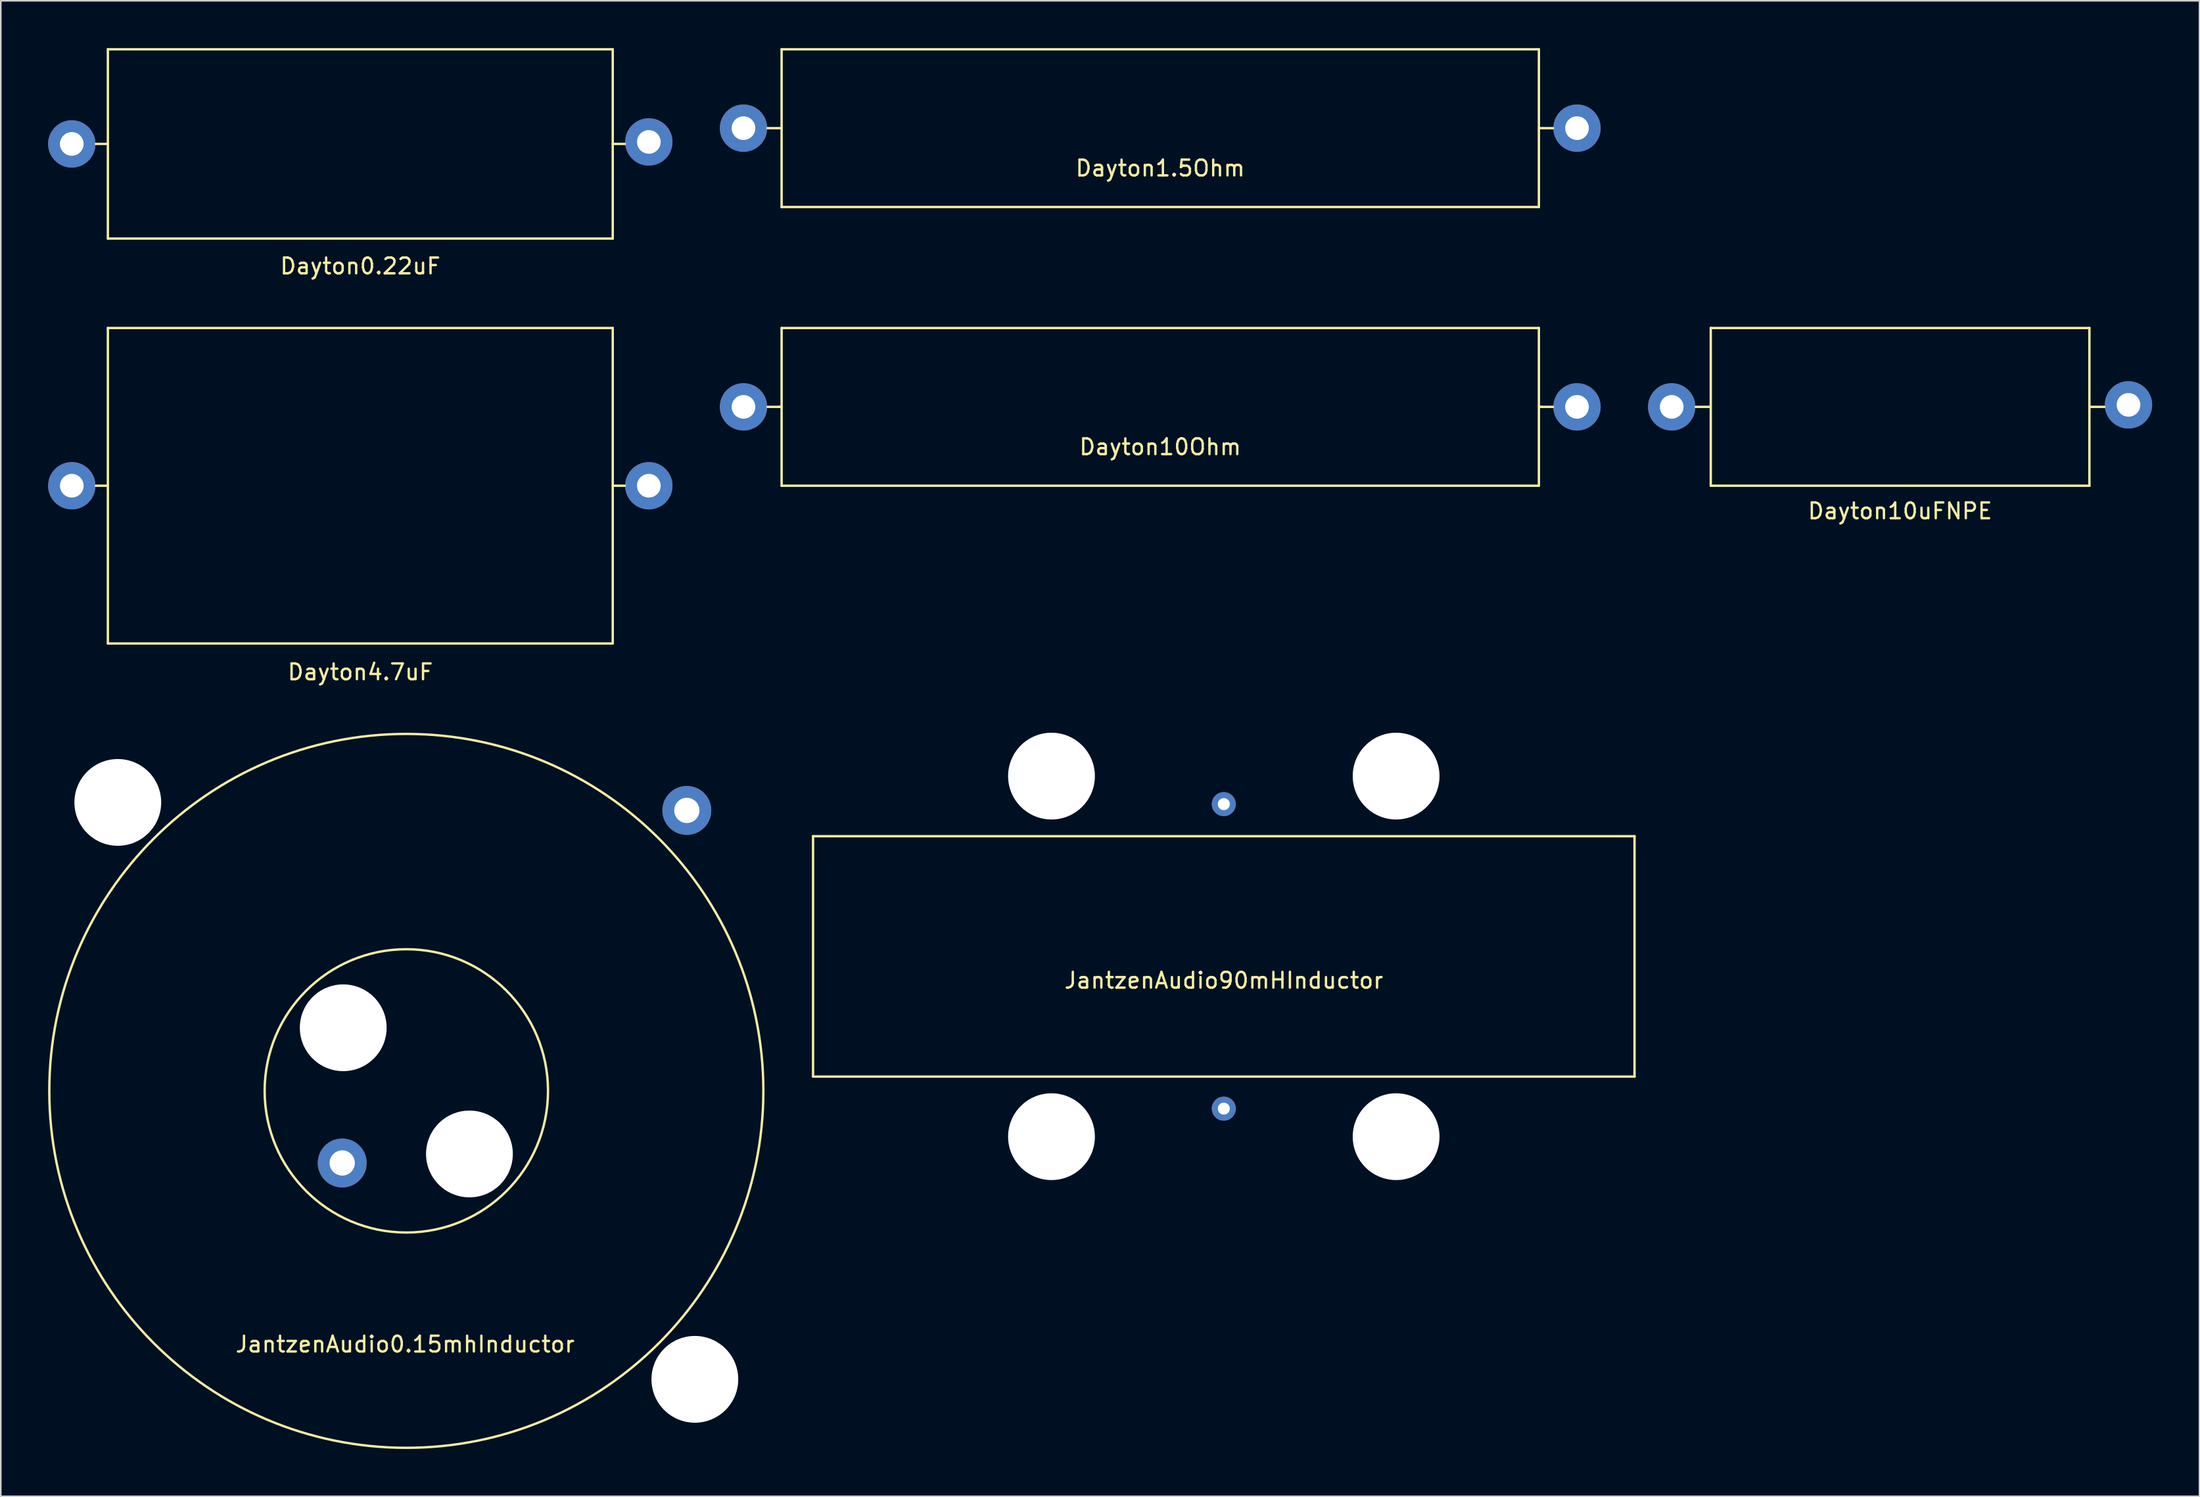
<source format=kicad_pcb>
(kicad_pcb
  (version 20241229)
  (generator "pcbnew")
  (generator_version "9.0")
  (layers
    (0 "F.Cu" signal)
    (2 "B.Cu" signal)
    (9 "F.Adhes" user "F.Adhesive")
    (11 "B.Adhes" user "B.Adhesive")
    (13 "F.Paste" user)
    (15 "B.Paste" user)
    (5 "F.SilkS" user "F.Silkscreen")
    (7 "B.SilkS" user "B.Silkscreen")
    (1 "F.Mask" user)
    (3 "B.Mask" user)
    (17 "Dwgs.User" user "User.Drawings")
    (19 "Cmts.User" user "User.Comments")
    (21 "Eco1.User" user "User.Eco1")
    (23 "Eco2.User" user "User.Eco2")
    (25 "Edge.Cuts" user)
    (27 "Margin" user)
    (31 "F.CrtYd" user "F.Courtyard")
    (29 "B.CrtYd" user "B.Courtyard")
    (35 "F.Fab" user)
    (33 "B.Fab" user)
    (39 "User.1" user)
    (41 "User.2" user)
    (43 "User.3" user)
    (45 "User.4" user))
  (footprint "Dayton10Ohm"
    (layer "F.Cu")
    (at 70.492 22.745)
    (property "Reference" "Dayton10Ohm" (at 0 2.54 0) (layer "F.SilkS") (effects (font (size 1 1) (thickness 0.15))))
    (attr through_hole)
    (fp_line (start -24.13 0) (end -24.892 0) (stroke (width 0.15) (type solid)) (layer "F.SilkS"))
    (fp_line (start -24.003 0) (end -24.13 0) (stroke (width 0.15) (type solid)) (layer "F.SilkS"))
    (fp_line (start -24 -5) (end 24 -5) (stroke (width 0.15) (type solid)) (layer "F.SilkS"))
    (fp_line (start -24 5) (end -24 -5) (stroke (width 0.15) (type solid)) (layer "F.SilkS"))
    (fp_line (start 24 -5) (end 24 5) (stroke (width 0.15) (type solid)) (layer "F.SilkS"))
    (fp_line (start 24 5) (end -24 5) (stroke (width 0.15) (type solid)) (layer "F.SilkS"))
    (fp_line (start 24.003 0) (end 24.13 0) (stroke (width 0.15) (type solid)) (layer "F.SilkS"))
    (fp_line (start 24.13 0) (end 24.892 0) (stroke (width 0.15) (type solid)) (layer "F.SilkS"))
    (pad "1" thru_hole circle (at -26.416 0) (size 3 3) (drill 1.5) (layers "*.Cu" "*.Mask"))
    (pad "2" thru_hole circle (at 26.416 0) (size 3 3) (drill 1.5) (layers "*.Cu" "*.Mask")))
  (footprint "JantzenAudio90mHInductor"
    (layer "F.Cu")
    (at 74.52 57.584)
    (property "Reference" "JantzenAudio90mHInductor" (at 0 1.524 0) (layer "F.SilkS") (effects (font (size 1 1) (thickness 0.15))))
    (attr through_hole)
    (fp_line (start -26.035 -7.62) (end 26.035 -7.62) (stroke (width 0.15) (type solid)) (layer "F.SilkS"))
    (fp_line (start -26.035 7.62) (end -26.035 -7.62) (stroke (width 0.15) (type solid)) (layer "F.SilkS"))
    (fp_line (start 26.035 -7.62) (end 26.035 7.62) (stroke (width 0.15) (type solid)) (layer "F.SilkS"))
    (fp_line (start 26.035 7.62) (end -26.035 7.62) (stroke (width 0.15) (type solid)) (layer "F.SilkS"))
    (pad "" np_thru_hole circle (at -10.922 -11.43) (size 5.5 5.5) (drill 5.5) (layers "*.Cu" "*.Mask"))
    (pad "" np_thru_hole circle (at -10.922 11.43) (size 5.5 5.5) (drill 5.5) (layers "*.Cu" "*.Mask"))
    (pad "" np_thru_hole circle (at 10.922 -11.43) (size 5.5 5.5) (drill 5.5) (layers "*.Cu" "*.Mask"))
    (pad "" np_thru_hole circle (at 10.922 11.43) (size 5.5 5.5) (drill 5.5) (layers "*.Cu" "*.Mask"))
    (pad "1" thru_hole circle (at 0 9.652) (size 1.524 1.524) (drill 0.762) (layers "*.Cu" "*.Mask"))
    (pad "2" thru_hole circle (at 0 -9.652) (size 1.524 1.524) (drill 0.762) (layers "*.Cu" "*.Mask")))
  (footprint "JantzenAudio0.15mhInductor"
    (layer "F.Cu")
    (at 22.705 66.11)
    (property "Reference" "JantzenAudio0.15mhInductor" (at -0.076 16.066 0) (layer "F.SilkS") (effects (font (size 1 1) (thickness 0.15))))
    (attr through_hole)
    (fp_circle (center 0 0) (end 6.35 6.35) (stroke (width 0.15) (type solid)) (fill no) (layer "F.SilkS"))
    (fp_circle (center 0 0) (end 16.002 16.002) (stroke (width 0.15) (type solid)) (fill no) (layer "F.SilkS"))
    (pad "" np_thru_hole circle (at -18.288 -18.288) (size 5.5 5.5) (drill 5.5) (layers "*.Cu" "*.Mask"))
    (pad "" np_thru_hole circle (at -4 -4) (size 5.5 5.5) (drill 5.5) (layers "*.Cu" "*.Mask"))
    (pad "" np_thru_hole circle (at 4 4) (size 5.5 5.5) (drill 5.5) (layers "*.Cu" "*.Mask"))
    (pad "" np_thru_hole circle (at 18.288 18.288) (size 5.5 5.5) (drill 5.5) (layers "*.Cu" "*.Mask"))
    (pad "1" thru_hole circle (at -4.064 4.572) (size 3.1 3.1) (drill 1.6) (layers "*.Cu" "*.Mask"))
    (pad "2" thru_hole circle (at 17.78 -17.78) (size 3.1 3.1) (drill 1.6) (layers "*.Cu" "*.Mask")))
  (footprint "Dayton4.7uF"
    (layer "F.Cu")
    (at 19.788 27.745)
    (property "Reference" "Dayton4.7uF" (at 0 11.811 0) (layer "F.SilkS") (effects (font (size 1 1) (thickness 0.15))))
    (attr through_hole)
    (fp_line (start -16.002 0) (end -16.764 0) (stroke (width 0.15) (type solid)) (layer "F.SilkS"))
    (fp_line (start -16 -10) (end 16 -10) (stroke (width 0.15) (type solid)) (layer "F.SilkS"))
    (fp_line (start -16 10) (end -16 -10) (stroke (width 0.15) (type solid)) (layer "F.SilkS"))
    (fp_line (start 16 -10) (end 16 10) (stroke (width 0.15) (type solid)) (layer "F.SilkS"))
    (fp_line (start 16 10) (end -16 10) (stroke (width 0.15) (type solid)) (layer "F.SilkS"))
    (fp_line (start 16.002 0) (end 16.764 0) (stroke (width 0.15) (type solid)) (layer "F.SilkS"))
    (pad "1" thru_hole circle (at -18.288 0) (size 3 3) (drill 1.5) (layers "*.Cu" "*.Mask"))
    (pad "2" thru_hole circle (at 18.288 0) (size 3 3) (drill 1.5) (layers "*.Cu" "*.Mask")))
  (footprint "Dayton0.22uF"
    (layer "F.Cu")
    (at 19.788 6.075)
    (property "Reference" "Dayton0.22uF" (at 0 7.747 0) (layer "F.SilkS") (effects (font (size 1 1) (thickness 0.15))))
    (attr through_hole)
    (fp_line (start -16.002 0) (end -16.764 0) (stroke (width 0.15) (type solid)) (layer "F.SilkS"))
    (fp_line (start -16 -6) (end 16 -6) (stroke (width 0.15) (type solid)) (layer "F.SilkS"))
    (fp_line (start -16 6) (end -16 -6) (stroke (width 0.15) (type solid)) (layer "F.SilkS"))
    (fp_line (start 16 -6) (end 16 6) (stroke (width 0.15) (type solid)) (layer "F.SilkS"))
    (fp_line (start 16 6) (end -16 6) (stroke (width 0.15) (type solid)) (layer "F.SilkS"))
    (fp_line (start 16.002 0) (end 16.764 0) (stroke (width 0.15) (type solid)) (layer "F.SilkS"))
    (pad "1" thru_hole circle (at -18.288 0) (size 3 3) (drill 1.5) (layers "*.Cu" "*.Mask"))
    (pad "2" thru_hole circle (at 18.288 -0.127) (size 3 3) (drill 1.5) (layers "*.Cu" "*.Mask")))
  (footprint "Dayton10uFNPE"
    (layer "F.Cu")
    (at 117.386 22.745)
    (property "Reference" "Dayton10uFNPE" (at 0 6.604 0) (layer "F.SilkS") (effects (font (size 1 1) (thickness 0.15))))
    (attr through_hole)
    (fp_line (start -12.065 0) (end -12.954 0) (stroke (width 0.15) (type solid)) (layer "F.SilkS"))
    (fp_line (start -12 -5) (end 12 -5) (stroke (width 0.15) (type solid)) (layer "F.SilkS"))
    (fp_line (start -12 5) (end -12 -5) (stroke (width 0.15) (type solid)) (layer "F.SilkS"))
    (fp_line (start 12 -5) (end 12 5) (stroke (width 0.15) (type solid)) (layer "F.SilkS"))
    (fp_line (start 12 5) (end -12 5) (stroke (width 0.15) (type solid)) (layer "F.SilkS"))
    (fp_line (start 12.065 0) (end 12.954 0) (stroke (width 0.15) (type solid)) (layer "F.SilkS"))
    (pad "1" thru_hole circle (at -14.478 0) (size 3 3) (drill 1.5) (layers "*.Cu" "*.Mask"))
    (pad "2" thru_hole circle (at 14.478 -0.127) (size 3 3) (drill 1.5) (layers "*.Cu" "*.Mask")))
  (footprint "Dayton1.5Ohm"
    (layer "F.Cu")
    (at 70.492 5.075)
    (property "Reference" "Dayton1.5Ohm" (at 0 2.54 0) (layer "F.SilkS") (effects (font (size 1 1) (thickness 0.15))))
    (attr through_hole)
    (fp_line (start -24.003 0) (end -24.892 0) (stroke (width 0.15) (type solid)) (layer "F.SilkS"))
    (fp_line (start -24 -5) (end 24 -5) (stroke (width 0.15) (type solid)) (layer "F.SilkS"))
    (fp_line (start -24 5) (end -24 -5) (stroke (width 0.15) (type solid)) (layer "F.SilkS"))
    (fp_line (start 24 -5) (end 24 5) (stroke (width 0.15) (type solid)) (layer "F.SilkS"))
    (fp_line (start 24 5) (end -24 5) (stroke (width 0.15) (type solid)) (layer "F.SilkS"))
    (fp_line (start 24.003 0) (end 24.892 0) (stroke (width 0.15) (type solid)) (layer "F.SilkS"))
    (pad "1" thru_hole circle (at -26.416 0) (size 3 3) (drill 1.5) (layers "*.Cu" "*.Mask"))
    (pad "2" thru_hole circle (at 26.416 0) (size 3 3) (drill 1.5) (layers "*.Cu" "*.Mask")))
  (gr_rect
    (start -3 -3)
    (end 136.364 91.815)
    (stroke (width 0.1) (type default))
    (fill no)
    (layer "Edge.Cuts")))
</source>
